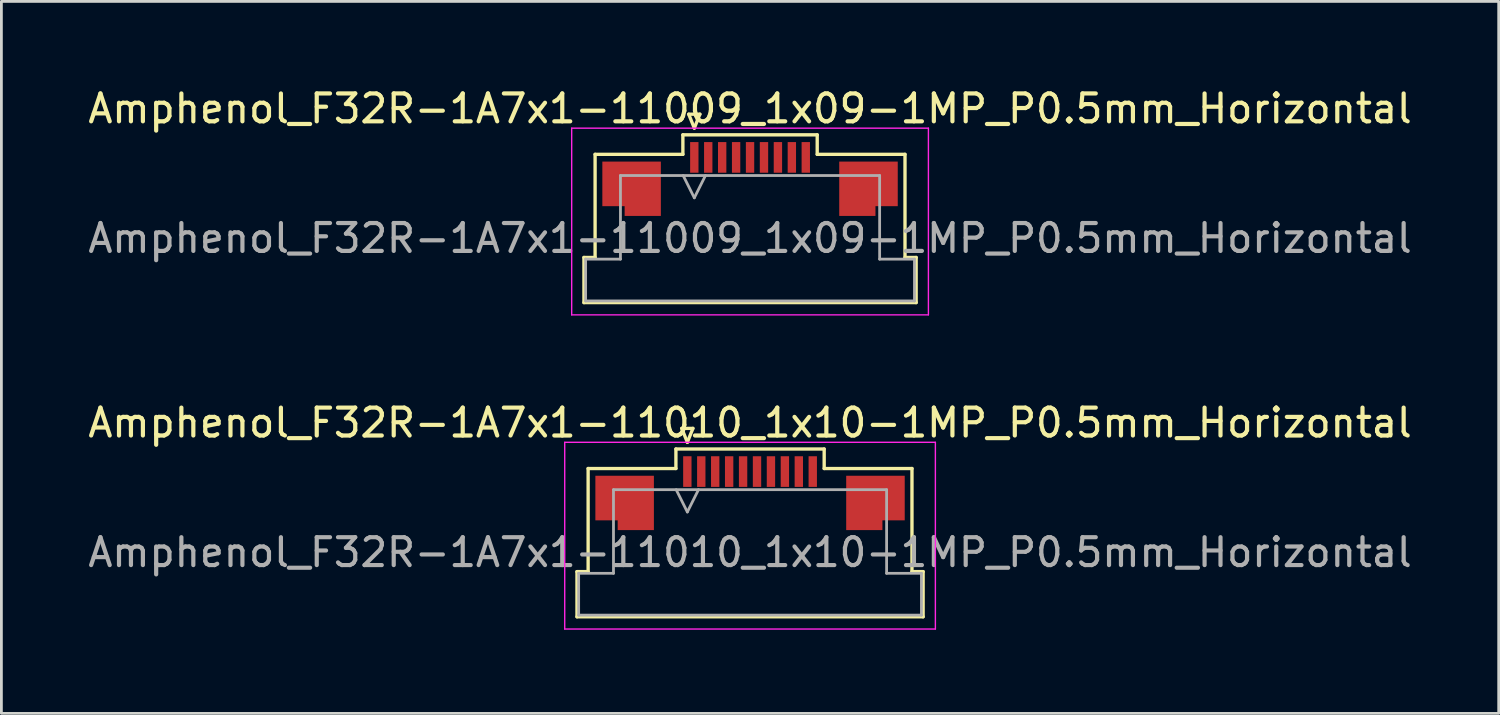
<source format=kicad_pcb>
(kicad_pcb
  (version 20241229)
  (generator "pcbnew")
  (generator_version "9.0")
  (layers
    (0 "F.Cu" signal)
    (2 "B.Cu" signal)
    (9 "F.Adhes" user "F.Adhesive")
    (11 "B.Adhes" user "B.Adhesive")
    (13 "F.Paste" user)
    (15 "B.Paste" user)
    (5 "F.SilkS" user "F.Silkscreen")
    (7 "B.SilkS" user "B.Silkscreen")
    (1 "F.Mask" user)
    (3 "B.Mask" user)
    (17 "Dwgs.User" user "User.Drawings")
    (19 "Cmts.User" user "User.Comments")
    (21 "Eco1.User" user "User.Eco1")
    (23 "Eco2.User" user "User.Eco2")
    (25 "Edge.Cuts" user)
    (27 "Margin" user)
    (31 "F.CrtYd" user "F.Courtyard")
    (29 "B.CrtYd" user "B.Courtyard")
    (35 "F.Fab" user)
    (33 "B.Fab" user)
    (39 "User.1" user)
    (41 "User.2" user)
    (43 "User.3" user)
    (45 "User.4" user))
  (footprint "Amphenol_F32R-1A7x1-11010_1x10-1MP_P0.5mm_Horizontal"
    (layer "F.Cu")
    (at 23.863 16.771)
    (property "Reference" "Amphenol_F32R-1A7x1-11010_1x10-1MP_P0.5mm_Horizontal" (at 0 -4.65 0) (layer "F.SilkS") (effects (font (size 1 1) (thickness 0.15))))
    (attr smd)
    (fp_line (start -6.21 0.69) (end -5.81 0.69) (stroke (width 0.12) (type solid)) (layer "F.SilkS"))
    (fp_line (start -6.21 2.31) (end -6.21 0.69) (stroke (width 0.12) (type solid)) (layer "F.SilkS"))
    (fp_line (start -5.81 -3.01) (end -2.66 -3.01) (stroke (width 0.12) (type solid)) (layer "F.SilkS"))
    (fp_line (start -5.81 0.69) (end -5.81 -3.01) (stroke (width 0.12) (type solid)) (layer "F.SilkS"))
    (fp_line (start -2.66 -3.71) (end 2.66 -3.71) (stroke (width 0.12) (type solid)) (layer "F.SilkS"))
    (fp_line (start -2.66 -3.01) (end -2.66 -3.71) (stroke (width 0.12) (type solid)) (layer "F.SilkS"))
    (fp_line (start -2.45 -4.45) (end -2.25 -3.95) (stroke (width 0.12) (type solid)) (layer "F.SilkS"))
    (fp_line (start -2.25 -3.95) (end -2.05 -4.45) (stroke (width 0.12) (type solid)) (layer "F.SilkS"))
    (fp_line (start -2.05 -4.45) (end -2.45 -4.45) (stroke (width 0.12) (type solid)) (layer "F.SilkS"))
    (fp_line (start 2.66 -3.71) (end 2.66 -3.01) (stroke (width 0.12) (type solid)) (layer "F.SilkS"))
    (fp_line (start 2.66 -3.01) (end 5.81 -3.01) (stroke (width 0.12) (type solid)) (layer "F.SilkS"))
    (fp_line (start 5.81 -3.01) (end 5.81 0.69) (stroke (width 0.12) (type solid)) (layer "F.SilkS"))
    (fp_line (start 5.81 0.69) (end 6.21 0.69) (stroke (width 0.12) (type solid)) (layer "F.SilkS"))
    (fp_line (start 6.21 0.69) (end 6.21 2.31) (stroke (width 0.12) (type solid)) (layer "F.SilkS"))
    (fp_line (start 6.21 2.31) (end -6.21 2.31) (stroke (width 0.12) (type solid)) (layer "F.SilkS"))
    (fp_line (start -6.65 -3.95) (end -6.65 2.75) (stroke (width 0.05) (type solid)) (layer "F.CrtYd"))
    (fp_line (start -6.65 2.75) (end 6.65 2.75) (stroke (width 0.05) (type solid)) (layer "F.CrtYd"))
    (fp_line (start 6.65 -3.95) (end -6.65 -3.95) (stroke (width 0.05) (type solid)) (layer "F.CrtYd"))
    (fp_line (start 6.65 2.75) (end 6.65 -3.95) (stroke (width 0.05) (type solid)) (layer "F.CrtYd"))
    (fp_line (start -6.15 0.75) (end -4.9 0.75) (stroke (width 0.1) (type solid)) (layer "F.Fab"))
    (fp_line (start -6.15 2.25) (end -6.15 0.75) (stroke (width 0.1) (type solid)) (layer "F.Fab"))
    (fp_line (start -4.9 -2.25) (end 4.9 -2.25) (stroke (width 0.1) (type solid)) (layer "F.Fab"))
    (fp_line (start -4.9 0.75) (end -4.9 -2.25) (stroke (width 0.1) (type solid)) (layer "F.Fab"))
    (fp_line (start -2.65 -2.25) (end -2.25 -1.45) (stroke (width 0.1) (type solid)) (layer "F.Fab"))
    (fp_line (start -2.25 -1.45) (end -1.85 -2.25) (stroke (width 0.1) (type solid)) (layer "F.Fab"))
    (fp_line (start 4.9 -2.25) (end 4.9 0.75) (stroke (width 0.1) (type solid)) (layer "F.Fab"))
    (fp_line (start 4.9 0.75) (end 6.15 0.75) (stroke (width 0.1) (type solid)) (layer "F.Fab"))
    (fp_line (start 6.15 0.75) (end 6.15 2.25) (stroke (width 0.1) (type solid)) (layer "F.Fab"))
    (fp_line (start 6.15 2.25) (end -6.15 2.25) (stroke (width 0.1) (type solid)) (layer "F.Fab"))
    (fp_text user "${REFERENCE}" (at 0 0 0) (layer "F.Fab") (effects (font (size 1 1) (thickness 0.15))))
    (pad "1" smd rect (at -2.25 -2.9) (size 0.3 1.1) (layers "F.Cu" "F.Mask" "F.Paste"))
    (pad "2" smd rect (at -1.75 -2.9) (size 0.3 1.1) (layers "F.Cu" "F.Mask" "F.Paste"))
    (pad "3" smd rect (at -1.25 -2.9) (size 0.3 1.1) (layers "F.Cu" "F.Mask" "F.Paste"))
    (pad "4" smd rect (at -0.75 -2.9) (size 0.3 1.1) (layers "F.Cu" "F.Mask" "F.Paste"))
    (pad "5" smd rect (at -0.25 -2.9) (size 0.3 1.1) (layers "F.Cu" "F.Mask" "F.Paste"))
    (pad "6" smd rect (at 0.25 -2.9) (size 0.3 1.1) (layers "F.Cu" "F.Mask" "F.Paste"))
    (pad "7" smd rect (at 0.75 -2.9) (size 0.3 1.1) (layers "F.Cu" "F.Mask" "F.Paste"))
    (pad "8" smd rect (at 1.25 -2.9) (size 0.3 1.1) (layers "F.Cu" "F.Mask" "F.Paste"))
    (pad "9" smd rect (at 1.75 -2.9) (size 0.3 1.1) (layers "F.Cu" "F.Mask" "F.Paste"))
    (pad "10" smd rect (at 2.25 -2.9) (size 0.3 1.1) (layers "F.Cu" "F.Mask" "F.Paste"))
    (pad "MP" smd custom (at -4.5 -1.775) (size 1 1) (layers "F.Cu" "F.Mask" "F.Paste") (options (anchor circle)) (primitives (gr_poly (pts (xy 1.05 -0.975) (xy 1.05 0.975) (xy -0.25 0.975) (xy -0.25 0.625) (xy -1.05 0.625) (xy -1.05 -0.975) (xy 1.05 -0.975)) (width 0) (fill yes))))
    (pad "MP" smd custom (at 4.5 -1.775) (size 1 1) (layers "F.Cu" "F.Mask" "F.Paste") (options (anchor circle)) (primitives (gr_poly (pts (xy -1.05 -0.975) (xy -1.05 0.975) (xy 0.25 0.975) (xy 0.25 0.625) (xy 1.05 0.625) (xy 1.05 -0.975) (xy -1.05 -0.975)) (width 0) (fill yes)))))
  (footprint "Amphenol_F32R-1A7x1-11009_1x09-1MP_P0.5mm_Horizontal"
    (layer "F.Cu")
    (at 23.863 5.498)
    (property "Reference" "Amphenol_F32R-1A7x1-11009_1x09-1MP_P0.5mm_Horizontal" (at 0 -4.65 0) (layer "F.SilkS") (effects (font (size 1 1) (thickness 0.15))))
    (attr smd)
    (fp_line (start -5.96 0.69) (end -5.56 0.69) (stroke (width 0.12) (type solid)) (layer "F.SilkS"))
    (fp_line (start -5.96 2.31) (end -5.96 0.69) (stroke (width 0.12) (type solid)) (layer "F.SilkS"))
    (fp_line (start -5.56 -3.01) (end -2.41 -3.01) (stroke (width 0.12) (type solid)) (layer "F.SilkS"))
    (fp_line (start -5.56 0.69) (end -5.56 -3.01) (stroke (width 0.12) (type solid)) (layer "F.SilkS"))
    (fp_line (start -2.41 -3.71) (end 2.41 -3.71) (stroke (width 0.12) (type solid)) (layer "F.SilkS"))
    (fp_line (start -2.41 -3.01) (end -2.41 -3.71) (stroke (width 0.12) (type solid)) (layer "F.SilkS"))
    (fp_line (start -2.2 -4.45) (end -2 -3.95) (stroke (width 0.12) (type solid)) (layer "F.SilkS"))
    (fp_line (start -2 -3.95) (end -1.8 -4.45) (stroke (width 0.12) (type solid)) (layer "F.SilkS"))
    (fp_line (start -1.8 -4.45) (end -2.2 -4.45) (stroke (width 0.12) (type solid)) (layer "F.SilkS"))
    (fp_line (start 2.41 -3.71) (end 2.41 -3.01) (stroke (width 0.12) (type solid)) (layer "F.SilkS"))
    (fp_line (start 2.41 -3.01) (end 5.56 -3.01) (stroke (width 0.12) (type solid)) (layer "F.SilkS"))
    (fp_line (start 5.56 -3.01) (end 5.56 0.69) (stroke (width 0.12) (type solid)) (layer "F.SilkS"))
    (fp_line (start 5.56 0.69) (end 5.96 0.69) (stroke (width 0.12) (type solid)) (layer "F.SilkS"))
    (fp_line (start 5.96 0.69) (end 5.96 2.31) (stroke (width 0.12) (type solid)) (layer "F.SilkS"))
    (fp_line (start 5.96 2.31) (end -5.96 2.31) (stroke (width 0.12) (type solid)) (layer "F.SilkS"))
    (fp_line (start -6.4 -3.95) (end -6.4 2.75) (stroke (width 0.05) (type solid)) (layer "F.CrtYd"))
    (fp_line (start -6.4 2.75) (end 6.4 2.75) (stroke (width 0.05) (type solid)) (layer "F.CrtYd"))
    (fp_line (start 6.4 -3.95) (end -6.4 -3.95) (stroke (width 0.05) (type solid)) (layer "F.CrtYd"))
    (fp_line (start 6.4 2.75) (end 6.4 -3.95) (stroke (width 0.05) (type solid)) (layer "F.CrtYd"))
    (fp_line (start -5.9 0.75) (end -4.65 0.75) (stroke (width 0.1) (type solid)) (layer "F.Fab"))
    (fp_line (start -5.9 2.25) (end -5.9 0.75) (stroke (width 0.1) (type solid)) (layer "F.Fab"))
    (fp_line (start -4.65 -2.25) (end 4.65 -2.25) (stroke (width 0.1) (type solid)) (layer "F.Fab"))
    (fp_line (start -4.65 0.75) (end -4.65 -2.25) (stroke (width 0.1) (type solid)) (layer "F.Fab"))
    (fp_line (start -2.4 -2.25) (end -2 -1.45) (stroke (width 0.1) (type solid)) (layer "F.Fab"))
    (fp_line (start -2 -1.45) (end -1.6 -2.25) (stroke (width 0.1) (type solid)) (layer "F.Fab"))
    (fp_line (start 4.65 -2.25) (end 4.65 0.75) (stroke (width 0.1) (type solid)) (layer "F.Fab"))
    (fp_line (start 4.65 0.75) (end 5.9 0.75) (stroke (width 0.1) (type solid)) (layer "F.Fab"))
    (fp_line (start 5.9 0.75) (end 5.9 2.25) (stroke (width 0.1) (type solid)) (layer "F.Fab"))
    (fp_line (start 5.9 2.25) (end -5.9 2.25) (stroke (width 0.1) (type solid)) (layer "F.Fab"))
    (fp_text user "${REFERENCE}" (at 0 0 0) (layer "F.Fab") (effects (font (size 1 1) (thickness 0.15))))
    (pad "1" smd rect (at -2 -2.9) (size 0.3 1.1) (layers "F.Cu" "F.Mask" "F.Paste"))
    (pad "2" smd rect (at -1.5 -2.9) (size 0.3 1.1) (layers "F.Cu" "F.Mask" "F.Paste"))
    (pad "3" smd rect (at -1 -2.9) (size 0.3 1.1) (layers "F.Cu" "F.Mask" "F.Paste"))
    (pad "4" smd rect (at -0.5 -2.9) (size 0.3 1.1) (layers "F.Cu" "F.Mask" "F.Paste"))
    (pad "5" smd rect (at 0 -2.9) (size 0.3 1.1) (layers "F.Cu" "F.Mask" "F.Paste"))
    (pad "6" smd rect (at 0.5 -2.9) (size 0.3 1.1) (layers "F.Cu" "F.Mask" "F.Paste"))
    (pad "7" smd rect (at 1 -2.9) (size 0.3 1.1) (layers "F.Cu" "F.Mask" "F.Paste"))
    (pad "8" smd rect (at 1.5 -2.9) (size 0.3 1.1) (layers "F.Cu" "F.Mask" "F.Paste"))
    (pad "9" smd rect (at 2 -2.9) (size 0.3 1.1) (layers "F.Cu" "F.Mask" "F.Paste"))
    (pad "MP" smd custom (at -4.25 -1.775) (size 1 1) (layers "F.Cu" "F.Mask" "F.Paste") (options (anchor circle)) (primitives (gr_poly (pts (xy 1.05 -0.975) (xy 1.05 0.975) (xy -0.25 0.975) (xy -0.25 0.625) (xy -1.05 0.625) (xy -1.05 -0.975) (xy 1.05 -0.975)) (width 0) (fill yes))))
    (pad "MP" smd custom (at 4.25 -1.775) (size 1 1) (layers "F.Cu" "F.Mask" "F.Paste") (options (anchor circle)) (primitives (gr_poly (pts (xy -1.05 -0.975) (xy -1.05 0.975) (xy 0.25 0.975) (xy 0.25 0.625) (xy 1.05 0.625) (xy 1.05 -0.975) (xy -1.05 -0.975)) (width 0) (fill yes)))))
  (gr_rect
    (start -3 -3)
    (end 50.726 22.547)
    (stroke (width 0.1) (type default))
    (fill no)
    (layer "Edge.Cuts")))
</source>
